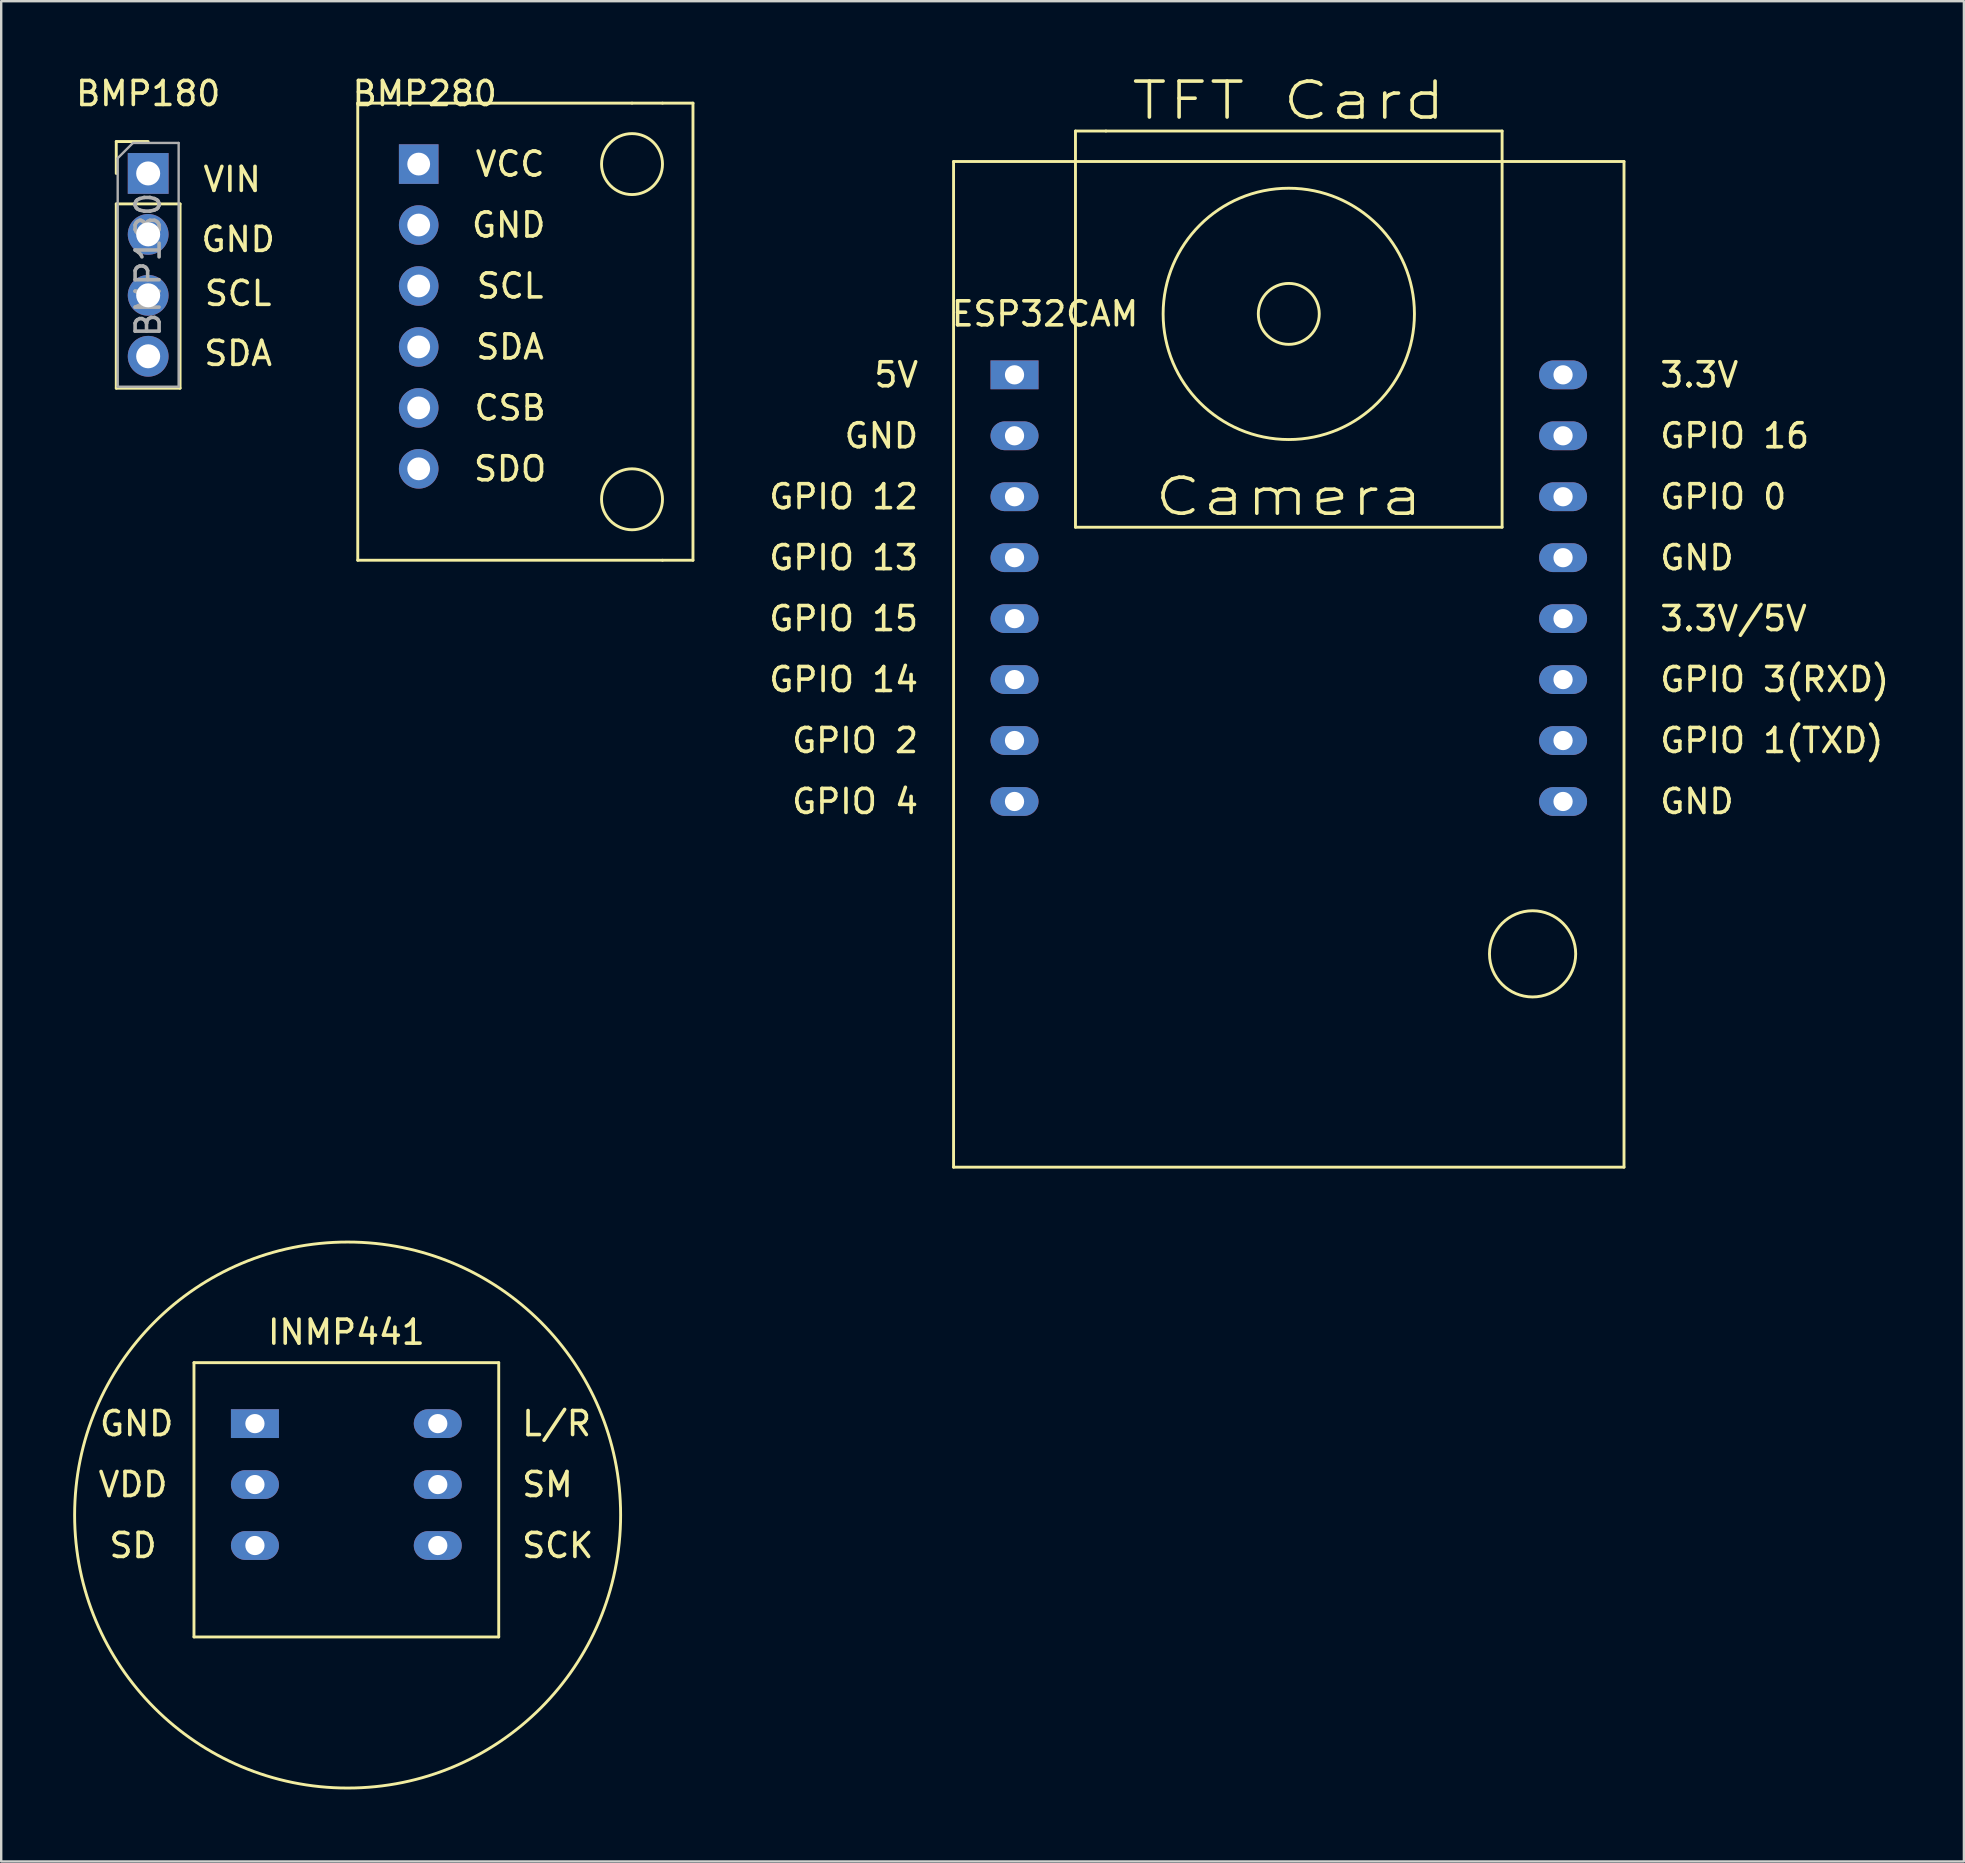
<source format=kicad_pcb>
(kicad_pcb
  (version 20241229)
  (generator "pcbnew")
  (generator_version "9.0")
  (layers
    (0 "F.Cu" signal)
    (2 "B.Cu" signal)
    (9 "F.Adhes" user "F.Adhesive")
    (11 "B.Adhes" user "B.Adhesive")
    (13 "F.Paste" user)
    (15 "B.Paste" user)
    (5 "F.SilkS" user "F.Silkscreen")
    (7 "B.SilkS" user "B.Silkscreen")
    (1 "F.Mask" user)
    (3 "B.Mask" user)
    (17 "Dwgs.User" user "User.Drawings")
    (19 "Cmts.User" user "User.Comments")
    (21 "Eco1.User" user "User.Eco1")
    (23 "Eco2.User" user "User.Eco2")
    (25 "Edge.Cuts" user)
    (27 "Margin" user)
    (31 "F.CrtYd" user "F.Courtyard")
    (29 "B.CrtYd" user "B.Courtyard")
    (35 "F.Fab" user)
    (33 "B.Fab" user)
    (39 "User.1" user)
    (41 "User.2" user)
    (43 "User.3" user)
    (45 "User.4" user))
  (footprint "ESP32CAM"
    (layer "F.Cu")
    (at 50.659 10.031)
    (property "Reference" "ESP32CAM" (at -10.16 0 0) (layer "F.SilkS") (effects (font (size 1 1) (thickness 0.15))))
    (attr through_hole)
    (fp_line (start -13.97 -6.35) (end -13.97 35.56) (stroke (width 0.12) (type solid)) (layer "F.SilkS"))
    (fp_line (start -13.97 35.56) (end 13.97 35.56) (stroke (width 0.12) (type solid)) (layer "F.SilkS"))
    (fp_line (start -8.89 -7.62) (end -7.62 -7.62) (stroke (width 0.12) (type solid)) (layer "F.SilkS"))
    (fp_line (start -8.89 8.89) (end -8.89 -7.62) (stroke (width 0.12) (type solid)) (layer "F.SilkS"))
    (fp_line (start -7.62 -7.62) (end 8.89 -7.62) (stroke (width 0.12) (type solid)) (layer "F.SilkS"))
    (fp_line (start 8.89 -7.62) (end 8.89 8.89) (stroke (width 0.12) (type solid)) (layer "F.SilkS"))
    (fp_line (start 8.89 8.89) (end -8.89 8.89) (stroke (width 0.12) (type solid)) (layer "F.SilkS"))
    (fp_line (start 13.97 -6.35) (end -13.97 -6.35) (stroke (width 0.12) (type solid)) (layer "F.SilkS"))
    (fp_line (start 13.97 35.56) (end 13.97 -6.35) (stroke (width 0.12) (type solid)) (layer "F.SilkS"))
    (fp_circle (center 0 0) (end 1.27 0) (stroke (width 0.12) (type solid)) (fill no) (layer "F.SilkS"))
    (fp_circle (center 0 0) (end 5.08 1.27) (stroke (width 0.12) (type solid)) (fill no) (layer "F.SilkS"))
    (fp_circle (center 10.16 26.67) (end 11.43 27.94) (stroke (width 0.12) (type solid)) (fill no) (layer "F.SilkS"))
    (fp_text user "GPIO 16" (at 18.582 5.08 0) (unlocked yes) (layer "F.SilkS") (effects (font (size 1 1) (thickness 0.15))))
    (fp_text user "3.3V" (at 17.106 2.54 0) (unlocked yes) (layer "F.SilkS") (effects (font (size 1 1) (thickness 0.15))))
    (fp_text user "GND" (at -16.978 5.08 0) (unlocked yes) (layer "F.SilkS") (effects (font (size 1 1) (thickness 0.15))))
    (fp_text user "GPIO 13" (at -18.55 10.16 0) (unlocked yes) (layer "F.SilkS") (effects (font (size 1 1) (thickness 0.15))))
    (fp_text user "GPIO 1(TXD)" (at 20.13 17.78 0) (unlocked yes) (layer "F.SilkS") (effects (font (size 1 1) (thickness 0.15))))
    (fp_text user "5V" (at -16.359 2.54 0) (unlocked yes) (layer "F.SilkS") (effects (font (size 1 1) (thickness 0.15))))
    (fp_text user "GPIO 3(RXD)" (at 20.249 15.24 0) (unlocked yes) (layer "F.SilkS") (effects (font (size 1 1) (thickness 0.15))))
    (fp_text user "GPIO 4" (at -18.073 20.32 0) (unlocked yes) (layer "F.SilkS") (effects (font (size 1 1) (thickness 0.15))))
    (fp_text user "GPIO 0" (at 18.106 7.62 0) (unlocked yes) (layer "F.SilkS") (effects (font (size 1 1) (thickness 0.15))))
    (fp_text user "GPIO 14" (at -18.55 15.24 0) (unlocked yes) (layer "F.SilkS") (effects (font (size 1 1) (thickness 0.15))))
    (fp_text user "3.3V/5V" (at 18.534 12.7 0) (unlocked yes) (layer "F.SilkS") (effects (font (size 1 1) (thickness 0.15))))
    (fp_text user "GPIO 15" (at -18.55 12.7 0) (unlocked yes) (layer "F.SilkS") (effects (font (size 1 1) (thickness 0.15))))
    (fp_text user "Camera" (at 0 7.62 0) (layer "F.SilkS") (effects (font (size 1.5 2) (thickness 0.15))))
    (fp_text user "GND" (at 17.01 10.16 0) (unlocked yes) (layer "F.SilkS") (effects (font (size 1 1) (thickness 0.15))))
    (fp_text user "GPIO 12" (at -18.55 7.62 0) (unlocked yes) (layer "F.SilkS") (effects (font (size 1 1) (thickness 0.15))))
    (fp_text user "GND" (at 17.01 20.32 0) (unlocked yes) (layer "F.SilkS") (effects (font (size 1 1) (thickness 0.15))))
    (fp_text user "GPIO 2" (at -18.073 17.78 0) (unlocked yes) (layer "F.SilkS") (effects (font (size 1 1) (thickness 0.15))))
    (fp_text user "TFT Card" (at 0 -8.89 0) (layer "F.SilkS") (effects (font (size 1.5 2) (thickness 0.15))))
    (pad "1" thru_hole rect (at -11.43 2.54 270) (size 1.2 2) (drill 0.8) (layers "*.Cu" "*.Mask"))
    (pad "2" thru_hole oval (at -11.43 5.08 270) (size 1.2 2) (drill 0.8) (layers "*.Cu" "*.Mask"))
    (pad "3" thru_hole oval (at -11.43 7.62 270) (size 1.2 2) (drill 0.8) (layers "*.Cu" "*.Mask"))
    (pad "4" thru_hole oval (at -11.43 10.16 270) (size 1.2 2) (drill 0.8) (layers "*.Cu" "*.Mask"))
    (pad "5" thru_hole oval (at -11.43 12.7 270) (size 1.2 2) (drill 0.8) (layers "*.Cu" "*.Mask"))
    (pad "6" thru_hole oval (at -11.43 15.24 270) (size 1.2 2) (drill 0.8) (layers "*.Cu" "*.Mask"))
    (pad "7" thru_hole oval (at -11.43 17.78 270) (size 1.2 2) (drill 0.8) (layers "*.Cu" "*.Mask"))
    (pad "8" thru_hole oval (at -11.43 20.32 270) (size 1.2 2) (drill 0.8) (layers "*.Cu" "*.Mask"))
    (pad "9" thru_hole oval (at 11.43 20.32 270) (size 1.2 2) (drill 0.8) (layers "*.Cu" "*.Mask"))
    (pad "10" thru_hole oval (at 11.43 17.78 270) (size 1.2 2) (drill 0.8) (layers "*.Cu" "*.Mask"))
    (pad "11" thru_hole oval (at 11.43 15.24 270) (size 1.2 2) (drill 0.8) (layers "*.Cu" "*.Mask"))
    (pad "12" thru_hole oval (at 11.43 12.7 270) (size 1.2 2) (drill 0.8) (layers "*.Cu" "*.Mask"))
    (pad "13" thru_hole oval (at 11.43 10.16 270) (size 1.2 2) (drill 0.8) (layers "*.Cu" "*.Mask"))
    (pad "14" thru_hole oval (at 11.43 7.62 270) (size 1.2 2) (drill 0.8) (layers "*.Cu" "*.Mask"))
    (pad "15" thru_hole oval (at 11.43 5.08 270) (size 1.2 2) (drill 0.8) (layers "*.Cu" "*.Mask"))
    (pad "16" thru_hole oval (at 11.43 2.54 270) (size 1.2 2) (drill 0.8) (layers "*.Cu" "*.Mask")))
  (footprint "BMP180"
    (layer "F.Cu")
    (at 3.375 8.178)
    (property "Reference" "BMP180" (at -0.25 -7.33 0) (layer "F.SilkS") (effects (font (size 1 1) (thickness 0.15))))
    (attr through_hole)
    (fp_line (start -1.58 -5.33) (end -0.25 -5.33) (stroke (width 0.12) (type solid)) (layer "F.SilkS"))
    (fp_line (start -1.58 -4) (end -1.58 -5.33) (stroke (width 0.12) (type solid)) (layer "F.SilkS"))
    (fp_line (start -1.58 -2.73) (end -1.58 4.95) (stroke (width 0.12) (type solid)) (layer "F.SilkS"))
    (fp_line (start -1.58 -2.73) (end 1.08 -2.73) (stroke (width 0.12) (type solid)) (layer "F.SilkS"))
    (fp_line (start -1.58 4.95) (end 1.08 4.95) (stroke (width 0.12) (type solid)) (layer "F.SilkS"))
    (fp_line (start 1.08 -2.73) (end 1.08 4.95) (stroke (width 0.12) (type solid)) (layer "F.SilkS"))
    (fp_line (start -1.52 -4.635) (end -0.885 -5.27) (stroke (width 0.1) (type solid)) (layer "F.Fab"))
    (fp_line (start -1.52 4.89) (end -1.52 -4.635) (stroke (width 0.1) (type solid)) (layer "F.Fab"))
    (fp_line (start -0.885 -5.27) (end 1.02 -5.27) (stroke (width 0.1) (type solid)) (layer "F.Fab"))
    (fp_line (start 1.02 -5.27) (end 1.02 4.89) (stroke (width 0.1) (type solid)) (layer "F.Fab"))
    (fp_line (start 1.02 4.89) (end -1.52 4.89) (stroke (width 0.1) (type solid)) (layer "F.Fab"))
    (fp_text user "SCL" (at 3.5 1 0) (layer "F.SilkS") (effects (font (size 1 1) (thickness 0.15))))
    (fp_text user "VIN" (at 3.25 -3.75 0) (layer "F.SilkS") (effects (font (size 1 1) (thickness 0.15))))
    (fp_text user "GND" (at 3.5 -1.25 0) (layer "F.SilkS") (effects (font (size 1 1) (thickness 0.15))))
    (fp_text user "SDA" (at 3.5 3.5 0) (layer "F.SilkS") (effects (font (size 1 1) (thickness 0.15))))
    (fp_text user "${REFERENCE}" (at -0.25 -0.19 90) (layer "F.Fab") (effects (font (size 1 1) (thickness 0.15))))
    (pad "1" thru_hole rect (at -0.25 -4) (size 1.7 1.7) (drill 1) (layers "*.Cu" "*.Mask"))
    (pad "2" thru_hole oval (at -0.25 -1.46) (size 1.7 1.7) (drill 1) (layers "*.Cu" "*.Mask"))
    (pad "3" thru_hole oval (at -0.25 1.08) (size 1.7 1.7) (drill 1) (layers "*.Cu" "*.Mask"))
    (pad "4" thru_hole oval (at -0.25 3.62) (size 1.7 1.7) (drill 1) (layers "*.Cu" "*.Mask")))
  (footprint "BMP280"
    (layer "F.Cu")
    (at 14.399 3.788)
    (property "Reference" "BMP280" (at 0.25 -2.94 0) (layer "F.SilkS") (effects (font (size 1 1) (thickness 0.15))))
    (attr through_hole)
    (fp_line (start -2.54 -2.54) (end -2.54 16.51) (stroke (width 0.12) (type solid)) (layer "F.SilkS"))
    (fp_line (start -2.54 -2.54) (end 8.89 -2.54) (stroke (width 0.12) (type solid)) (layer "F.SilkS"))
    (fp_line (start -2.54 16.51) (end 10.16 16.51) (stroke (width 0.12) (type solid)) (layer "F.SilkS"))
    (fp_line (start 8.89 -2.54) (end 10.16 -2.54) (stroke (width 0.12) (type solid)) (layer "F.SilkS"))
    (fp_line (start 10.16 -2.54) (end 11.43 -2.54) (stroke (width 0.12) (type solid)) (layer "F.SilkS"))
    (fp_line (start 10.16 16.51) (end 11.43 16.51) (stroke (width 0.12) (type solid)) (layer "F.SilkS"))
    (fp_line (start 11.43 -2.54) (end 11.43 16.51) (stroke (width 0.12) (type solid)) (layer "F.SilkS"))
    (fp_circle (center 8.89 0) (end 10.16 0) (stroke (width 0.12) (type solid)) (fill no) (layer "F.SilkS"))
    (fp_circle (center 8.89 13.97) (end 10.16 13.97) (stroke (width 0.12) (type solid)) (fill no) (layer "F.SilkS"))
    (fp_text user "CSB" (at 3.81 10.16 0) (layer "F.SilkS") (effects (font (size 1 1) (thickness 0.15))))
    (fp_text user "VCC" (at 3.81 0 0) (layer "F.SilkS") (effects (font (size 1 1) (thickness 0.15))))
    (fp_text user "GND" (at 3.75 2.54 0) (layer "F.SilkS") (effects (font (size 1 1) (thickness 0.15))))
    (fp_text user "SDO" (at 3.81 12.7 0) (layer "F.SilkS") (effects (font (size 1 1) (thickness 0.15))))
    (fp_text user "SDA" (at 3.81 7.62 0) (layer "F.SilkS") (effects (font (size 1 1) (thickness 0.15))))
    (fp_text user "SCL" (at 3.81 5.08 0) (layer "F.SilkS") (effects (font (size 1 1) (thickness 0.15))))
    (pad "1" thru_hole rect (at 0 0) (size 1.65 1.65) (drill 0.95) (layers "*.Cu" "*.Mask"))
    (pad "2" thru_hole circle (at 0 2.54) (size 1.65 1.65) (drill 0.95) (layers "*.Cu" "*.Mask"))
    (pad "3" thru_hole circle (at 0 5.08) (size 1.65 1.65) (drill 0.95) (layers "*.Cu" "*.Mask"))
    (pad "4" thru_hole circle (at 0 7.62) (size 1.65 1.65) (drill 0.95) (layers "*.Cu" "*.Mask"))
    (pad "5" thru_hole circle (at 0 10.16) (size 1.65 1.65) (drill 0.95) (layers "*.Cu" "*.Mask"))
    (pad "6" thru_hole circle (at 0 12.7) (size 1.65 1.65) (drill 0.95) (layers "*.Cu" "*.Mask")))
  (footprint "INMP441"
    (layer "F.Cu")
    (at 11.384 58.818)
    (property "Reference" "INMP441" (at 0 -6.35 0) (layer "F.SilkS") (effects (font (size 1 1) (thickness 0.15))))
    (attr through_hole)
    (fp_line (start -6.35 -5.08) (end 6.35 -5.08) (stroke (width 0.12) (type solid)) (layer "F.SilkS"))
    (fp_line (start -6.35 6.35) (end -6.35 -5.08) (stroke (width 0.12) (type solid)) (layer "F.SilkS"))
    (fp_line (start 6.35 -5.08) (end 6.35 6.35) (stroke (width 0.12) (type solid)) (layer "F.SilkS"))
    (fp_line (start 6.35 6.35) (end -6.35 6.35) (stroke (width 0.12) (type solid)) (layer "F.SilkS"))
    (fp_circle (center 0.053 1.27) (end 11.43 1.27) (stroke (width 0.12) (type solid)) (fill no) (layer "F.SilkS"))
    (fp_text user "SD" (at -8.89 2.54 0) (unlocked yes) (layer "F.SilkS") (effects (font (size 1 1) (thickness 0.15))))
    (fp_text user "SCK" (at 8.81 2.54 0) (unlocked yes) (layer "F.SilkS") (effects (font (size 1 1) (thickness 0.15))))
    (fp_text user "SM" (at 8.382 0 0) (unlocked yes) (layer "F.SilkS") (effects (font (size 1 1) (thickness 0.15))))
    (fp_text user "L/R" (at 8.763 -2.54 0) (unlocked yes) (layer "F.SilkS") (effects (font (size 1 1) (thickness 0.15))))
    (fp_text user "VDD" (at -8.89 0 0) (unlocked yes) (layer "F.SilkS") (effects (font (size 1 1) (thickness 0.15))))
    (fp_text user "GND" (at -8.739 -2.54 0) (unlocked yes) (layer "F.SilkS") (effects (font (size 1 1) (thickness 0.15))))
    (pad "1" thru_hole rect (at -3.81 -2.54 270) (size 1.2 2) (drill 0.8) (layers "*.Cu" "*.Mask"))
    (pad "2" thru_hole oval (at -3.81 0 270) (size 1.2 2) (drill 0.8) (layers "*.Cu" "*.Mask"))
    (pad "3" thru_hole oval (at -3.81 2.54 270) (size 1.2 2) (drill 0.8) (layers "*.Cu" "*.Mask"))
    (pad "4" thru_hole oval (at 3.81 2.54 270) (size 1.2 2) (drill 0.8) (layers "*.Cu" "*.Mask"))
    (pad "5" thru_hole oval (at 3.81 0 270) (size 1.2 2) (drill 0.8) (layers "*.Cu" "*.Mask"))
    (pad "6" thru_hole oval (at 3.81 -2.54 270) (size 1.2 2) (drill 0.8) (layers "*.Cu" "*.Mask")))
  (gr_rect
    (start -3 -3)
    (end 78.794 74.525)
    (stroke (width 0.1) (type default))
    (fill no)
    (layer "Edge.Cuts")))
</source>
